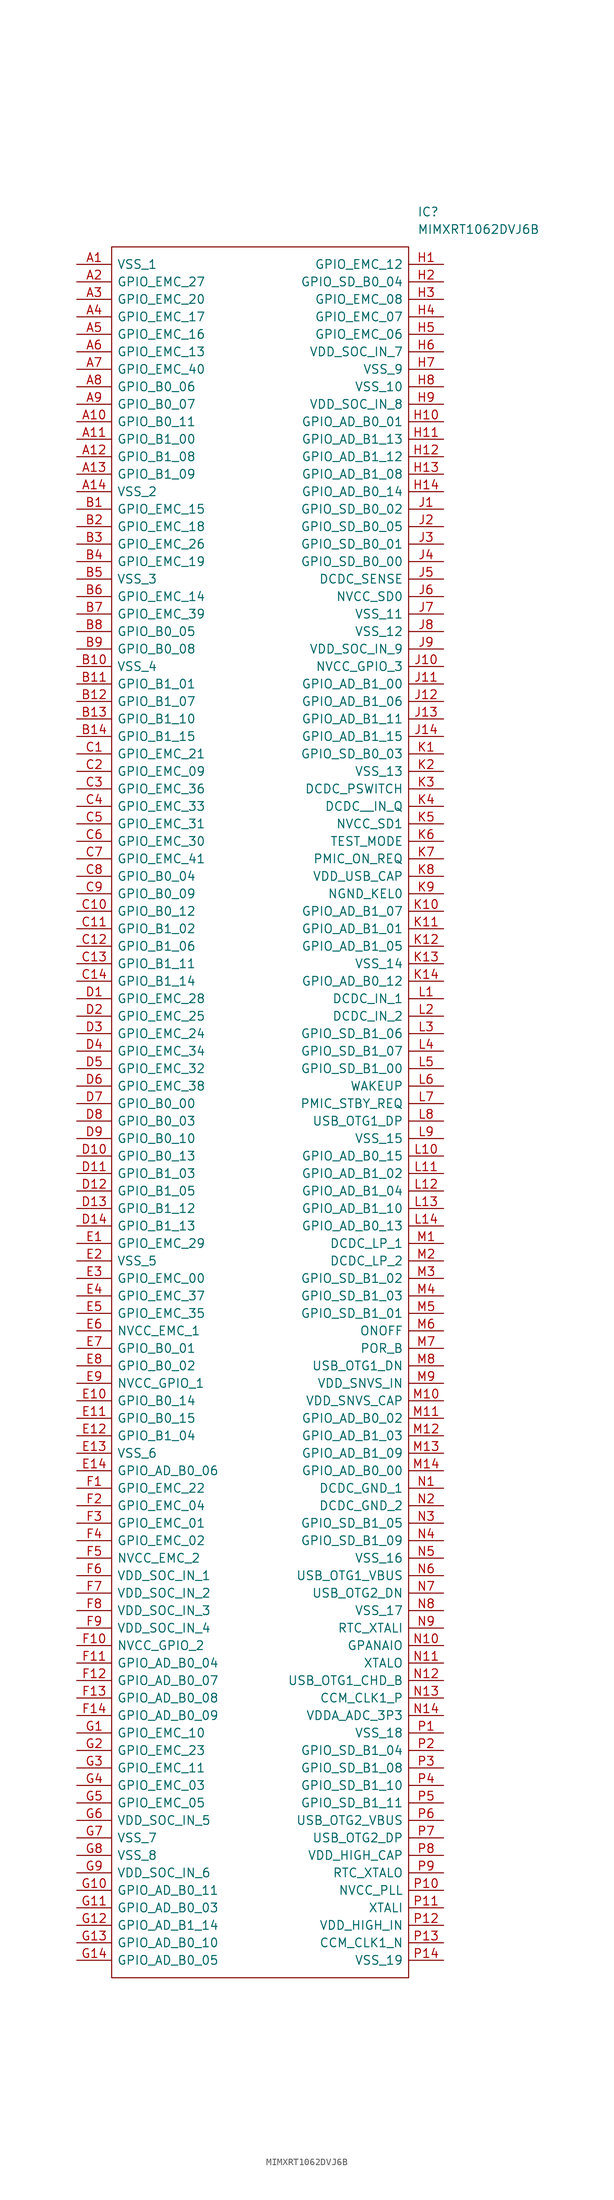
<source format=kicad_sym>
(kicad_symbol_lib
  (version 20220914)
  (generator kicad_symbol_editor)
  (symbol "MIMXRT1062DVJ6B"
    (pin_names
      (offset 0.762))
    (property "Reference" "IC"
      (at 49.53 7.62 0)
      (effects (font (size 1.27 1.27)) (justify left)))
    (property "Value" "MIMXRT1062DVJ6B"
      (at 49.53 5.08 0)
      (effects (font (size 1.27 1.27)) (justify left)))
    (symbol "MIMXRT1062DVJ6B_0_0"
      (pin passive line (at 0 0 0) (length 5.08) (name "VSS_1" (effects (font (size 1.27 1.27)))) (number "A1" (effects (font (size 1.27 1.27)))))
      (pin passive line (at 0 -22.86 0) (length 5.08) (name "GPIO_B0_11" (effects (font (size 1.27 1.27)))) (number "A10" (effects (font (size 1.27 1.27)))))
      (pin passive line (at 0 -25.4 0) (length 5.08) (name "GPIO_B1_00" (effects (font (size 1.27 1.27)))) (number "A11" (effects (font (size 1.27 1.27)))))
      (pin passive line (at 0 -27.94 0) (length 5.08) (name "GPIO_B1_08" (effects (font (size 1.27 1.27)))) (number "A12" (effects (font (size 1.27 1.27)))))
      (pin passive line (at 0 -30.48 0) (length 5.08) (name "GPIO_B1_09" (effects (font (size 1.27 1.27)))) (number "A13" (effects (font (size 1.27 1.27)))))
      (pin passive line (at 0 -33.02 0) (length 5.08) (name "VSS_2" (effects (font (size 1.27 1.27)))) (number "A14" (effects (font (size 1.27 1.27)))))
      (pin passive line (at 0 -2.54 0) (length 5.08) (name "GPIO_EMC_27" (effects (font (size 1.27 1.27)))) (number "A2" (effects (font (size 1.27 1.27)))))
      (pin passive line (at 0 -5.08 0) (length 5.08) (name "GPIO_EMC_20" (effects (font (size 1.27 1.27)))) (number "A3" (effects (font (size 1.27 1.27)))))
      (pin passive line (at 0 -7.62 0) (length 5.08) (name "GPIO_EMC_17" (effects (font (size 1.27 1.27)))) (number "A4" (effects (font (size 1.27 1.27)))))
      (pin passive line (at 0 -10.16 0) (length 5.08) (name "GPIO_EMC_16" (effects (font (size 1.27 1.27)))) (number "A5" (effects (font (size 1.27 1.27)))))
      (pin passive line (at 0 -12.7 0) (length 5.08) (name "GPIO_EMC_13" (effects (font (size 1.27 1.27)))) (number "A6" (effects (font (size 1.27 1.27)))))
      (pin passive line (at 0 -15.24 0) (length 5.08) (name "GPIO_EMC_40" (effects (font (size 1.27 1.27)))) (number "A7" (effects (font (size 1.27 1.27)))))
      (pin passive line (at 0 -17.78 0) (length 5.08) (name "GPIO_B0_06" (effects (font (size 1.27 1.27)))) (number "A8" (effects (font (size 1.27 1.27)))))
      (pin passive line (at 0 -20.32 0) (length 5.08) (name "GPIO_B0_07" (effects (font (size 1.27 1.27)))) (number "A9" (effects (font (size 1.27 1.27)))))
      (pin passive line (at 0 -35.56 0) (length 5.08) (name "GPIO_EMC_15" (effects (font (size 1.27 1.27)))) (number "B1" (effects (font (size 1.27 1.27)))))
      (pin passive line (at 0 -58.42 0) (length 5.08) (name "VSS_4" (effects (font (size 1.27 1.27)))) (number "B10" (effects (font (size 1.27 1.27)))))
      (pin passive line (at 0 -60.96 0) (length 5.08) (name "GPIO_B1_01" (effects (font (size 1.27 1.27)))) (number "B11" (effects (font (size 1.27 1.27)))))
      (pin passive line (at 0 -63.5 0) (length 5.08) (name "GPIO_B1_07" (effects (font (size 1.27 1.27)))) (number "B12" (effects (font (size 1.27 1.27)))))
      (pin passive line (at 0 -66.04 0) (length 5.08) (name "GPIO_B1_10" (effects (font (size 1.27 1.27)))) (number "B13" (effects (font (size 1.27 1.27)))))
      (pin passive line (at 0 -68.58 0) (length 5.08) (name "GPIO_B1_15" (effects (font (size 1.27 1.27)))) (number "B14" (effects (font (size 1.27 1.27)))))
      (pin passive line (at 0 -38.1 0) (length 5.08) (name "GPIO_EMC_18" (effects (font (size 1.27 1.27)))) (number "B2" (effects (font (size 1.27 1.27)))))
      (pin passive line (at 0 -40.64 0) (length 5.08) (name "GPIO_EMC_26" (effects (font (size 1.27 1.27)))) (number "B3" (effects (font (size 1.27 1.27)))))
      (pin passive line (at 0 -43.18 0) (length 5.08) (name "GPIO_EMC_19" (effects (font (size 1.27 1.27)))) (number "B4" (effects (font (size 1.27 1.27)))))
      (pin passive line (at 0 -45.72 0) (length 5.08) (name "VSS_3" (effects (font (size 1.27 1.27)))) (number "B5" (effects (font (size 1.27 1.27)))))
      (pin passive line (at 0 -48.26 0) (length 5.08) (name "GPIO_EMC_14" (effects (font (size 1.27 1.27)))) (number "B6" (effects (font (size 1.27 1.27)))))
      (pin passive line (at 0 -50.8 0) (length 5.08) (name "GPIO_EMC_39" (effects (font (size 1.27 1.27)))) (number "B7" (effects (font (size 1.27 1.27)))))
      (pin passive line (at 0 -53.34 0) (length 5.08) (name "GPIO_B0_05" (effects (font (size 1.27 1.27)))) (number "B8" (effects (font (size 1.27 1.27)))))
      (pin passive line (at 0 -55.88 0) (length 5.08) (name "GPIO_B0_08" (effects (font (size 1.27 1.27)))) (number "B9" (effects (font (size 1.27 1.27)))))
      (pin passive line (at 0 -71.12 0) (length 5.08) (name "GPIO_EMC_21" (effects (font (size 1.27 1.27)))) (number "C1" (effects (font (size 1.27 1.27)))))
      (pin passive line (at 0 -93.98 0) (length 5.08) (name "GPIO_B0_12" (effects (font (size 1.27 1.27)))) (number "C10" (effects (font (size 1.27 1.27)))))
      (pin passive line (at 0 -96.52 0) (length 5.08) (name "GPIO_B1_02" (effects (font (size 1.27 1.27)))) (number "C11" (effects (font (size 1.27 1.27)))))
      (pin passive line (at 0 -99.06 0) (length 5.08) (name "GPIO_B1_06" (effects (font (size 1.27 1.27)))) (number "C12" (effects (font (size 1.27 1.27)))))
      (pin passive line (at 0 -101.6 0) (length 5.08) (name "GPIO_B1_11" (effects (font (size 1.27 1.27)))) (number "C13" (effects (font (size 1.27 1.27)))))
      (pin passive line (at 0 -104.14 0) (length 5.08) (name "GPIO_B1_14" (effects (font (size 1.27 1.27)))) (number "C14" (effects (font (size 1.27 1.27)))))
      (pin passive line (at 0 -73.66 0) (length 5.08) (name "GPIO_EMC_09" (effects (font (size 1.27 1.27)))) (number "C2" (effects (font (size 1.27 1.27)))))
      (pin passive line (at 0 -76.2 0) (length 5.08) (name "GPIO_EMC_36" (effects (font (size 1.27 1.27)))) (number "C3" (effects (font (size 1.27 1.27)))))
      (pin passive line (at 0 -78.74 0) (length 5.08) (name "GPIO_EMC_33" (effects (font (size 1.27 1.27)))) (number "C4" (effects (font (size 1.27 1.27)))))
      (pin passive line (at 0 -81.28 0) (length 5.08) (name "GPIO_EMC_31" (effects (font (size 1.27 1.27)))) (number "C5" (effects (font (size 1.27 1.27)))))
      (pin passive line (at 0 -83.82 0) (length 5.08) (name "GPIO_EMC_30" (effects (font (size 1.27 1.27)))) (number "C6" (effects (font (size 1.27 1.27)))))
      (pin passive line (at 0 -86.36 0) (length 5.08) (name "GPIO_EMC_41" (effects (font (size 1.27 1.27)))) (number "C7" (effects (font (size 1.27 1.27)))))
      (pin passive line (at 0 -88.9 0) (length 5.08) (name "GPIO_B0_04" (effects (font (size 1.27 1.27)))) (number "C8" (effects (font (size 1.27 1.27)))))
      (pin passive line (at 0 -91.44 0) (length 5.08) (name "GPIO_B0_09" (effects (font (size 1.27 1.27)))) (number "C9" (effects (font (size 1.27 1.27)))))
      (pin passive line (at 0 -106.68 0) (length 5.08) (name "GPIO_EMC_28" (effects (font (size 1.27 1.27)))) (number "D1" (effects (font (size 1.27 1.27)))))
      (pin passive line (at 0 -129.54 0) (length 5.08) (name "GPIO_B0_13" (effects (font (size 1.27 1.27)))) (number "D10" (effects (font (size 1.27 1.27)))))
      (pin passive line (at 0 -132.08 0) (length 5.08) (name "GPIO_B1_03" (effects (font (size 1.27 1.27)))) (number "D11" (effects (font (size 1.27 1.27)))))
      (pin passive line (at 0 -134.62 0) (length 5.08) (name "GPIO_B1_05" (effects (font (size 1.27 1.27)))) (number "D12" (effects (font (size 1.27 1.27)))))
      (pin passive line (at 0 -137.16 0) (length 5.08) (name "GPIO_B1_12" (effects (font (size 1.27 1.27)))) (number "D13" (effects (font (size 1.27 1.27)))))
      (pin passive line (at 0 -139.7 0) (length 5.08) (name "GPIO_B1_13" (effects (font (size 1.27 1.27)))) (number "D14" (effects (font (size 1.27 1.27)))))
      (pin passive line (at 0 -109.22 0) (length 5.08) (name "GPIO_EMC_25" (effects (font (size 1.27 1.27)))) (number "D2" (effects (font (size 1.27 1.27)))))
      (pin passive line (at 0 -111.76 0) (length 5.08) (name "GPIO_EMC_24" (effects (font (size 1.27 1.27)))) (number "D3" (effects (font (size 1.27 1.27)))))
      (pin passive line (at 0 -114.3 0) (length 5.08) (name "GPIO_EMC_34" (effects (font (size 1.27 1.27)))) (number "D4" (effects (font (size 1.27 1.27)))))
      (pin passive line (at 0 -116.84 0) (length 5.08) (name "GPIO_EMC_32" (effects (font (size 1.27 1.27)))) (number "D5" (effects (font (size 1.27 1.27)))))
      (pin passive line (at 0 -119.38 0) (length 5.08) (name "GPIO_EMC_38" (effects (font (size 1.27 1.27)))) (number "D6" (effects (font (size 1.27 1.27)))))
      (pin passive line (at 0 -121.92 0) (length 5.08) (name "GPIO_B0_00" (effects (font (size 1.27 1.27)))) (number "D7" (effects (font (size 1.27 1.27)))))
      (pin passive line (at 0 -124.46 0) (length 5.08) (name "GPIO_B0_03" (effects (font (size 1.27 1.27)))) (number "D8" (effects (font (size 1.27 1.27)))))
      (pin passive line (at 0 -127 0) (length 5.08) (name "GPIO_B0_10" (effects (font (size 1.27 1.27)))) (number "D9" (effects (font (size 1.27 1.27)))))
      (pin passive line (at 0 -142.24 0) (length 5.08) (name "GPIO_EMC_29" (effects (font (size 1.27 1.27)))) (number "E1" (effects (font (size 1.27 1.27)))))
      (pin passive line (at 0 -165.1 0) (length 5.08) (name "GPIO_B0_14" (effects (font (size 1.27 1.27)))) (number "E10" (effects (font (size 1.27 1.27)))))
      (pin passive line (at 0 -167.64 0) (length 5.08) (name "GPIO_B0_15" (effects (font (size 1.27 1.27)))) (number "E11" (effects (font (size 1.27 1.27)))))
      (pin passive line (at 0 -170.18 0) (length 5.08) (name "GPIO_B1_04" (effects (font (size 1.27 1.27)))) (number "E12" (effects (font (size 1.27 1.27)))))
      (pin passive line (at 0 -172.72 0) (length 5.08) (name "VSS_6" (effects (font (size 1.27 1.27)))) (number "E13" (effects (font (size 1.27 1.27)))))
      (pin passive line (at 0 -175.26 0) (length 5.08) (name "GPIO_AD_B0_06" (effects (font (size 1.27 1.27)))) (number "E14" (effects (font (size 1.27 1.27)))))
      (pin passive line (at 0 -144.78 0) (length 5.08) (name "VSS_5" (effects (font (size 1.27 1.27)))) (number "E2" (effects (font (size 1.27 1.27)))))
      (pin passive line (at 0 -147.32 0) (length 5.08) (name "GPIO_EMC_00" (effects (font (size 1.27 1.27)))) (number "E3" (effects (font (size 1.27 1.27)))))
      (pin passive line (at 0 -149.86 0) (length 5.08) (name "GPIO_EMC_37" (effects (font (size 1.27 1.27)))) (number "E4" (effects (font (size 1.27 1.27)))))
      (pin passive line (at 0 -152.4 0) (length 5.08) (name "GPIO_EMC_35" (effects (font (size 1.27 1.27)))) (number "E5" (effects (font (size 1.27 1.27)))))
      (pin passive line (at 0 -154.94 0) (length 5.08) (name "NVCC_EMC_1" (effects (font (size 1.27 1.27)))) (number "E6" (effects (font (size 1.27 1.27)))))
      (pin passive line (at 0 -157.48 0) (length 5.08) (name "GPIO_B0_01" (effects (font (size 1.27 1.27)))) (number "E7" (effects (font (size 1.27 1.27)))))
      (pin passive line (at 0 -160.02 0) (length 5.08) (name "GPIO_B0_02" (effects (font (size 1.27 1.27)))) (number "E8" (effects (font (size 1.27 1.27)))))
      (pin passive line (at 0 -162.56 0) (length 5.08) (name "NVCC_GPIO_1" (effects (font (size 1.27 1.27)))) (number "E9" (effects (font (size 1.27 1.27)))))
      (pin passive line (at 0 -177.8 0) (length 5.08) (name "GPIO_EMC_22" (effects (font (size 1.27 1.27)))) (number "F1" (effects (font (size 1.27 1.27)))))
      (pin passive line (at 0 -200.66 0) (length 5.08) (name "NVCC_GPIO_2" (effects (font (size 1.27 1.27)))) (number "F10" (effects (font (size 1.27 1.27)))))
      (pin passive line (at 0 -203.2 0) (length 5.08) (name "GPIO_AD_B0_04" (effects (font (size 1.27 1.27)))) (number "F11" (effects (font (size 1.27 1.27)))))
      (pin passive line (at 0 -205.74 0) (length 5.08) (name "GPIO_AD_B0_07" (effects (font (size 1.27 1.27)))) (number "F12" (effects (font (size 1.27 1.27)))))
      (pin passive line (at 0 -208.28 0) (length 5.08) (name "GPIO_AD_B0_08" (effects (font (size 1.27 1.27)))) (number "F13" (effects (font (size 1.27 1.27)))))
      (pin passive line (at 0 -210.82 0) (length 5.08) (name "GPIO_AD_B0_09" (effects (font (size 1.27 1.27)))) (number "F14" (effects (font (size 1.27 1.27)))))
      (pin passive line (at 0 -180.34 0) (length 5.08) (name "GPIO_EMC_04" (effects (font (size 1.27 1.27)))) (number "F2" (effects (font (size 1.27 1.27)))))
      (pin passive line (at 0 -182.88 0) (length 5.08) (name "GPIO_EMC_01" (effects (font (size 1.27 1.27)))) (number "F3" (effects (font (size 1.27 1.27)))))
      (pin passive line (at 0 -185.42 0) (length 5.08) (name "GPIO_EMC_02" (effects (font (size 1.27 1.27)))) (number "F4" (effects (font (size 1.27 1.27)))))
      (pin passive line (at 0 -187.96 0) (length 5.08) (name "NVCC_EMC_2" (effects (font (size 1.27 1.27)))) (number "F5" (effects (font (size 1.27 1.27)))))
      (pin passive line (at 0 -190.5 0) (length 5.08) (name "VDD_SOC_IN_1" (effects (font (size 1.27 1.27)))) (number "F6" (effects (font (size 1.27 1.27)))))
      (pin passive line (at 0 -193.04 0) (length 5.08) (name "VDD_SOC_IN_2" (effects (font (size 1.27 1.27)))) (number "F7" (effects (font (size 1.27 1.27)))))
      (pin passive line (at 0 -195.58 0) (length 5.08) (name "VDD_SOC_IN_3" (effects (font (size 1.27 1.27)))) (number "F8" (effects (font (size 1.27 1.27)))))
      (pin passive line (at 0 -198.12 0) (length 5.08) (name "VDD_SOC_IN_4" (effects (font (size 1.27 1.27)))) (number "F9" (effects (font (size 1.27 1.27)))))
      (pin passive line (at 0 -213.36 0) (length 5.08) (name "GPIO_EMC_10" (effects (font (size 1.27 1.27)))) (number "G1" (effects (font (size 1.27 1.27)))))
      (pin passive line (at 0 -236.22 0) (length 5.08) (name "GPIO_AD_B0_11" (effects (font (size 1.27 1.27)))) (number "G10" (effects (font (size 1.27 1.27)))))
      (pin passive line (at 0 -238.76 0) (length 5.08) (name "GPIO_AD_B0_03" (effects (font (size 1.27 1.27)))) (number "G11" (effects (font (size 1.27 1.27)))))
      (pin passive line (at 0 -241.3 0) (length 5.08) (name "GPIO_AD_B1_14" (effects (font (size 1.27 1.27)))) (number "G12" (effects (font (size 1.27 1.27)))))
      (pin passive line (at 0 -243.84 0) (length 5.08) (name "GPIO_AD_B0_10" (effects (font (size 1.27 1.27)))) (number "G13" (effects (font (size 1.27 1.27)))))
      (pin passive line (at 0 -246.38 0) (length 5.08) (name "GPIO_AD_B0_05" (effects (font (size 1.27 1.27)))) (number "G14" (effects (font (size 1.27 1.27)))))
      (pin passive line (at 0 -215.9 0) (length 5.08) (name "GPIO_EMC_23" (effects (font (size 1.27 1.27)))) (number "G2" (effects (font (size 1.27 1.27)))))
      (pin passive line (at 0 -218.44 0) (length 5.08) (name "GPIO_EMC_11" (effects (font (size 1.27 1.27)))) (number "G3" (effects (font (size 1.27 1.27)))))
      (pin passive line (at 0 -220.98 0) (length 5.08) (name "GPIO_EMC_03" (effects (font (size 1.27 1.27)))) (number "G4" (effects (font (size 1.27 1.27)))))
      (pin passive line (at 0 -223.52 0) (length 5.08) (name "GPIO_EMC_05" (effects (font (size 1.27 1.27)))) (number "G5" (effects (font (size 1.27 1.27)))))
      (pin passive line (at 0 -226.06 0) (length 5.08) (name "VDD_SOC_IN_5" (effects (font (size 1.27 1.27)))) (number "G6" (effects (font (size 1.27 1.27)))))
      (pin passive line (at 0 -228.6 0) (length 5.08) (name "VSS_7" (effects (font (size 1.27 1.27)))) (number "G7" (effects (font (size 1.27 1.27)))))
      (pin passive line (at 0 -231.14 0) (length 5.08) (name "VSS_8" (effects (font (size 1.27 1.27)))) (number "G8" (effects (font (size 1.27 1.27)))))
      (pin passive line (at 0 -233.68 0) (length 5.08) (name "VDD_SOC_IN_6" (effects (font (size 1.27 1.27)))) (number "G9" (effects (font (size 1.27 1.27)))))
      (pin passive line (at 53.34 0 180) (length 5.08) (name "GPIO_EMC_12" (effects (font (size 1.27 1.27)))) (number "H1" (effects (font (size 1.27 1.27)))))
      (pin passive line (at 53.34 -22.86 180) (length 5.08) (name "GPIO_AD_B0_01" (effects (font (size 1.27 1.27)))) (number "H10" (effects (font (size 1.27 1.27)))))
      (pin passive line (at 53.34 -25.4 180) (length 5.08) (name "GPIO_AD_B1_13" (effects (font (size 1.27 1.27)))) (number "H11" (effects (font (size 1.27 1.27)))))
      (pin passive line (at 53.34 -27.94 180) (length 5.08) (name "GPIO_AD_B1_12" (effects (font (size 1.27 1.27)))) (number "H12" (effects (font (size 1.27 1.27)))))
      (pin passive line (at 53.34 -30.48 180) (length 5.08) (name "GPIO_AD_B1_08" (effects (font (size 1.27 1.27)))) (number "H13" (effects (font (size 1.27 1.27)))))
      (pin passive line (at 53.34 -33.02 180) (length 5.08) (name "GPIO_AD_B0_14" (effects (font (size 1.27 1.27)))) (number "H14" (effects (font (size 1.27 1.27)))))
      (pin passive line (at 53.34 -2.54 180) (length 5.08) (name "GPIO_SD_B0_04" (effects (font (size 1.27 1.27)))) (number "H2" (effects (font (size 1.27 1.27)))))
      (pin passive line (at 53.34 -5.08 180) (length 5.08) (name "GPIO_EMC_08" (effects (font (size 1.27 1.27)))) (number "H3" (effects (font (size 1.27 1.27)))))
      (pin passive line (at 53.34 -7.62 180) (length 5.08) (name "GPIO_EMC_07" (effects (font (size 1.27 1.27)))) (number "H4" (effects (font (size 1.27 1.27)))))
      (pin passive line (at 53.34 -10.16 180) (length 5.08) (name "GPIO_EMC_06" (effects (font (size 1.27 1.27)))) (number "H5" (effects (font (size 1.27 1.27)))))
      (pin passive line (at 53.34 -12.7 180) (length 5.08) (name "VDD_SOC_IN_7" (effects (font (size 1.27 1.27)))) (number "H6" (effects (font (size 1.27 1.27)))))
      (pin passive line (at 53.34 -15.24 180) (length 5.08) (name "VSS_9" (effects (font (size 1.27 1.27)))) (number "H7" (effects (font (size 1.27 1.27)))))
      (pin passive line (at 53.34 -17.78 180) (length 5.08) (name "VSS_10" (effects (font (size 1.27 1.27)))) (number "H8" (effects (font (size 1.27 1.27)))))
      (pin passive line (at 53.34 -20.32 180) (length 5.08) (name "VDD_SOC_IN_8" (effects (font (size 1.27 1.27)))) (number "H9" (effects (font (size 1.27 1.27)))))
      (pin passive line (at 53.34 -35.56 180) (length 5.08) (name "GPIO_SD_B0_02" (effects (font (size 1.27 1.27)))) (number "J1" (effects (font (size 1.27 1.27)))))
      (pin passive line (at 53.34 -58.42 180) (length 5.08) (name "NVCC_GPIO_3" (effects (font (size 1.27 1.27)))) (number "J10" (effects (font (size 1.27 1.27)))))
      (pin passive line (at 53.34 -60.96 180) (length 5.08) (name "GPIO_AD_B1_00" (effects (font (size 1.27 1.27)))) (number "J11" (effects (font (size 1.27 1.27)))))
      (pin passive line (at 53.34 -63.5 180) (length 5.08) (name "GPIO_AD_B1_06" (effects (font (size 1.27 1.27)))) (number "J12" (effects (font (size 1.27 1.27)))))
      (pin passive line (at 53.34 -66.04 180) (length 5.08) (name "GPIO_AD_B1_11" (effects (font (size 1.27 1.27)))) (number "J13" (effects (font (size 1.27 1.27)))))
      (pin passive line (at 53.34 -68.58 180) (length 5.08) (name "GPIO_AD_B1_15" (effects (font (size 1.27 1.27)))) (number "J14" (effects (font (size 1.27 1.27)))))
      (pin passive line (at 53.34 -38.1 180) (length 5.08) (name "GPIO_SD_B0_05" (effects (font (size 1.27 1.27)))) (number "J2" (effects (font (size 1.27 1.27)))))
      (pin passive line (at 53.34 -40.64 180) (length 5.08) (name "GPIO_SD_B0_01" (effects (font (size 1.27 1.27)))) (number "J3" (effects (font (size 1.27 1.27)))))
      (pin passive line (at 53.34 -43.18 180) (length 5.08) (name "GPIO_SD_B0_00" (effects (font (size 1.27 1.27)))) (number "J4" (effects (font (size 1.27 1.27)))))
      (pin passive line (at 53.34 -45.72 180) (length 5.08) (name "DCDC_SENSE" (effects (font (size 1.27 1.27)))) (number "J5" (effects (font (size 1.27 1.27)))))
      (pin passive line (at 53.34 -48.26 180) (length 5.08) (name "NVCC_SD0" (effects (font (size 1.27 1.27)))) (number "J6" (effects (font (size 1.27 1.27)))))
      (pin passive line (at 53.34 -50.8 180) (length 5.08) (name "VSS_11" (effects (font (size 1.27 1.27)))) (number "J7" (effects (font (size 1.27 1.27)))))
      (pin passive line (at 53.34 -53.34 180) (length 5.08) (name "VSS_12" (effects (font (size 1.27 1.27)))) (number "J8" (effects (font (size 1.27 1.27)))))
      (pin passive line (at 53.34 -55.88 180) (length 5.08) (name "VDD_SOC_IN_9" (effects (font (size 1.27 1.27)))) (number "J9" (effects (font (size 1.27 1.27)))))
      (pin passive line (at 53.34 -71.12 180) (length 5.08) (name "GPIO_SD_B0_03" (effects (font (size 1.27 1.27)))) (number "K1" (effects (font (size 1.27 1.27)))))
      (pin passive line (at 53.34 -93.98 180) (length 5.08) (name "GPIO_AD_B1_07" (effects (font (size 1.27 1.27)))) (number "K10" (effects (font (size 1.27 1.27)))))
      (pin passive line (at 53.34 -96.52 180) (length 5.08) (name "GPIO_AD_B1_01" (effects (font (size 1.27 1.27)))) (number "K11" (effects (font (size 1.27 1.27)))))
      (pin passive line (at 53.34 -99.06 180) (length 5.08) (name "GPIO_AD_B1_05" (effects (font (size 1.27 1.27)))) (number "K12" (effects (font (size 1.27 1.27)))))
      (pin passive line (at 53.34 -101.6 180) (length 5.08) (name "VSS_14" (effects (font (size 1.27 1.27)))) (number "K13" (effects (font (size 1.27 1.27)))))
      (pin passive line (at 53.34 -104.14 180) (length 5.08) (name "GPIO_AD_B0_12" (effects (font (size 1.27 1.27)))) (number "K14" (effects (font (size 1.27 1.27)))))
      (pin passive line (at 53.34 -73.66 180) (length 5.08) (name "VSS_13" (effects (font (size 1.27 1.27)))) (number "K2" (effects (font (size 1.27 1.27)))))
      (pin passive line (at 53.34 -76.2 180) (length 5.08) (name "DCDC_PSWITCH" (effects (font (size 1.27 1.27)))) (number "K3" (effects (font (size 1.27 1.27)))))
      (pin passive line (at 53.34 -78.74 180) (length 5.08) (name "DCDC__IN_Q" (effects (font (size 1.27 1.27)))) (number "K4" (effects (font (size 1.27 1.27)))))
      (pin passive line (at 53.34 -81.28 180) (length 5.08) (name "NVCC_SD1" (effects (font (size 1.27 1.27)))) (number "K5" (effects (font (size 1.27 1.27)))))
      (pin passive line (at 53.34 -83.82 180) (length 5.08) (name "TEST_MODE" (effects (font (size 1.27 1.27)))) (number "K6" (effects (font (size 1.27 1.27)))))
      (pin passive line (at 53.34 -86.36 180) (length 5.08) (name "PMIC_ON_REQ" (effects (font (size 1.27 1.27)))) (number "K7" (effects (font (size 1.27 1.27)))))
      (pin passive line (at 53.34 -88.9 180) (length 5.08) (name "VDD_USB_CAP" (effects (font (size 1.27 1.27)))) (number "K8" (effects (font (size 1.27 1.27)))))
      (pin passive line (at 53.34 -91.44 180) (length 5.08) (name "NGND_KEL0" (effects (font (size 1.27 1.27)))) (number "K9" (effects (font (size 1.27 1.27)))))
      (pin passive line (at 53.34 -106.68 180) (length 5.08) (name "DCDC_IN_1" (effects (font (size 1.27 1.27)))) (number "L1" (effects (font (size 1.27 1.27)))))
      (pin passive line (at 53.34 -129.54 180) (length 5.08) (name "GPIO_AD_B0_15" (effects (font (size 1.27 1.27)))) (number "L10" (effects (font (size 1.27 1.27)))))
      (pin passive line (at 53.34 -132.08 180) (length 5.08) (name "GPIO_AD_B1_02" (effects (font (size 1.27 1.27)))) (number "L11" (effects (font (size 1.27 1.27)))))
      (pin passive line (at 53.34 -134.62 180) (length 5.08) (name "GPIO_AD_B1_04" (effects (font (size 1.27 1.27)))) (number "L12" (effects (font (size 1.27 1.27)))))
      (pin passive line (at 53.34 -137.16 180) (length 5.08) (name "GPIO_AD_B1_10" (effects (font (size 1.27 1.27)))) (number "L13" (effects (font (size 1.27 1.27)))))
      (pin passive line (at 53.34 -139.7 180) (length 5.08) (name "GPIO_AD_B0_13" (effects (font (size 1.27 1.27)))) (number "L14" (effects (font (size 1.27 1.27)))))
      (pin passive line (at 53.34 -109.22 180) (length 5.08) (name "DCDC_IN_2" (effects (font (size 1.27 1.27)))) (number "L2" (effects (font (size 1.27 1.27)))))
      (pin passive line (at 53.34 -111.76 180) (length 5.08) (name "GPIO_SD_B1_06" (effects (font (size 1.27 1.27)))) (number "L3" (effects (font (size 1.27 1.27)))))
      (pin passive line (at 53.34 -114.3 180) (length 5.08) (name "GPIO_SD_B1_07" (effects (font (size 1.27 1.27)))) (number "L4" (effects (font (size 1.27 1.27)))))
      (pin passive line (at 53.34 -116.84 180) (length 5.08) (name "GPIO_SD_B1_00" (effects (font (size 1.27 1.27)))) (number "L5" (effects (font (size 1.27 1.27)))))
      (pin passive line (at 53.34 -119.38 180) (length 5.08) (name "WAKEUP" (effects (font (size 1.27 1.27)))) (number "L6" (effects (font (size 1.27 1.27)))))
      (pin passive line (at 53.34 -121.92 180) (length 5.08) (name "PMIC_STBY_REQ" (effects (font (size 1.27 1.27)))) (number "L7" (effects (font (size 1.27 1.27)))))
      (pin passive line (at 53.34 -124.46 180) (length 5.08) (name "USB_OTG1_DP" (effects (font (size 1.27 1.27)))) (number "L8" (effects (font (size 1.27 1.27)))))
      (pin passive line (at 53.34 -127 180) (length 5.08) (name "VSS_15" (effects (font (size 1.27 1.27)))) (number "L9" (effects (font (size 1.27 1.27)))))
      (pin passive line (at 53.34 -142.24 180) (length 5.08) (name "DCDC_LP_1" (effects (font (size 1.27 1.27)))) (number "M1" (effects (font (size 1.27 1.27)))))
      (pin passive line (at 53.34 -165.1 180) (length 5.08) (name "VDD_SNVS_CAP" (effects (font (size 1.27 1.27)))) (number "M10" (effects (font (size 1.27 1.27)))))
      (pin passive line (at 53.34 -167.64 180) (length 5.08) (name "GPIO_AD_B0_02" (effects (font (size 1.27 1.27)))) (number "M11" (effects (font (size 1.27 1.27)))))
      (pin passive line (at 53.34 -170.18 180) (length 5.08) (name "GPIO_AD_B1_03" (effects (font (size 1.27 1.27)))) (number "M12" (effects (font (size 1.27 1.27)))))
      (pin passive line (at 53.34 -172.72 180) (length 5.08) (name "GPIO_AD_B1_09" (effects (font (size 1.27 1.27)))) (number "M13" (effects (font (size 1.27 1.27)))))
      (pin passive line (at 53.34 -175.26 180) (length 5.08) (name "GPIO_AD_B0_00" (effects (font (size 1.27 1.27)))) (number "M14" (effects (font (size 1.27 1.27)))))
      (pin passive line (at 53.34 -144.78 180) (length 5.08) (name "DCDC_LP_2" (effects (font (size 1.27 1.27)))) (number "M2" (effects (font (size 1.27 1.27)))))
      (pin passive line (at 53.34 -147.32 180) (length 5.08) (name "GPIO_SD_B1_02" (effects (font (size 1.27 1.27)))) (number "M3" (effects (font (size 1.27 1.27)))))
      (pin passive line (at 53.34 -149.86 180) (length 5.08) (name "GPIO_SD_B1_03" (effects (font (size 1.27 1.27)))) (number "M4" (effects (font (size 1.27 1.27)))))
      (pin passive line (at 53.34 -152.4 180) (length 5.08) (name "GPIO_SD_B1_01" (effects (font (size 1.27 1.27)))) (number "M5" (effects (font (size 1.27 1.27)))))
      (pin passive line (at 53.34 -154.94 180) (length 5.08) (name "ONOFF" (effects (font (size 1.27 1.27)))) (number "M6" (effects (font (size 1.27 1.27)))))
      (pin passive line (at 53.34 -157.48 180) (length 5.08) (name "POR_B" (effects (font (size 1.27 1.27)))) (number "M7" (effects (font (size 1.27 1.27)))))
      (pin passive line (at 53.34 -160.02 180) (length 5.08) (name "USB_OTG1_DN" (effects (font (size 1.27 1.27)))) (number "M8" (effects (font (size 1.27 1.27)))))
      (pin passive line (at 53.34 -162.56 180) (length 5.08) (name "VDD_SNVS_IN" (effects (font (size 1.27 1.27)))) (number "M9" (effects (font (size 1.27 1.27)))))
      (pin passive line (at 53.34 -177.8 180) (length 5.08) (name "DCDC_GND_1" (effects (font (size 1.27 1.27)))) (number "N1" (effects (font (size 1.27 1.27)))))
      (pin passive line (at 53.34 -200.66 180) (length 5.08) (name "GPANAIO" (effects (font (size 1.27 1.27)))) (number "N10" (effects (font (size 1.27 1.27)))))
      (pin passive line (at 53.34 -203.2 180) (length 5.08) (name "XTALO" (effects (font (size 1.27 1.27)))) (number "N11" (effects (font (size 1.27 1.27)))))
      (pin passive line (at 53.34 -205.74 180) (length 5.08) (name "USB_OTG1_CHD_B" (effects (font (size 1.27 1.27)))) (number "N12" (effects (font (size 1.27 1.27)))))
      (pin passive line (at 53.34 -208.28 180) (length 5.08) (name "CCM_CLK1_P" (effects (font (size 1.27 1.27)))) (number "N13" (effects (font (size 1.27 1.27)))))
      (pin passive line (at 53.34 -210.82 180) (length 5.08) (name "VDDA_ADC_3P3" (effects (font (size 1.27 1.27)))) (number "N14" (effects (font (size 1.27 1.27)))))
      (pin passive line (at 53.34 -180.34 180) (length 5.08) (name "DCDC_GND_2" (effects (font (size 1.27 1.27)))) (number "N2" (effects (font (size 1.27 1.27)))))
      (pin passive line (at 53.34 -182.88 180) (length 5.08) (name "GPIO_SD_B1_05" (effects (font (size 1.27 1.27)))) (number "N3" (effects (font (size 1.27 1.27)))))
      (pin passive line (at 53.34 -185.42 180) (length 5.08) (name "GPIO_SD_B1_09" (effects (font (size 1.27 1.27)))) (number "N4" (effects (font (size 1.27 1.27)))))
      (pin passive line (at 53.34 -187.96 180) (length 5.08) (name "VSS_16" (effects (font (size 1.27 1.27)))) (number "N5" (effects (font (size 1.27 1.27)))))
      (pin passive line (at 53.34 -190.5 180) (length 5.08) (name "USB_OTG1_VBUS" (effects (font (size 1.27 1.27)))) (number "N6" (effects (font (size 1.27 1.27)))))
      (pin passive line (at 53.34 -193.04 180) (length 5.08) (name "USB_OTG2_DN" (effects (font (size 1.27 1.27)))) (number "N7" (effects (font (size 1.27 1.27)))))
      (pin passive line (at 53.34 -195.58 180) (length 5.08) (name "VSS_17" (effects (font (size 1.27 1.27)))) (number "N8" (effects (font (size 1.27 1.27)))))
      (pin passive line (at 53.34 -198.12 180) (length 5.08) (name "RTC_XTALI" (effects (font (size 1.27 1.27)))) (number "N9" (effects (font (size 1.27 1.27)))))
      (pin passive line (at 53.34 -213.36 180) (length 5.08) (name "VSS_18" (effects (font (size 1.27 1.27)))) (number "P1" (effects (font (size 1.27 1.27)))))
      (pin passive line (at 53.34 -236.22 180) (length 5.08) (name "NVCC_PLL" (effects (font (size 1.27 1.27)))) (number "P10" (effects (font (size 1.27 1.27)))))
      (pin passive line (at 53.34 -238.76 180) (length 5.08) (name "XTALI" (effects (font (size 1.27 1.27)))) (number "P11" (effects (font (size 1.27 1.27)))))
      (pin passive line (at 53.34 -241.3 180) (length 5.08) (name "VDD_HIGH_IN" (effects (font (size 1.27 1.27)))) (number "P12" (effects (font (size 1.27 1.27)))))
      (pin passive line (at 53.34 -243.84 180) (length 5.08) (name "CCM_CLK1_N" (effects (font (size 1.27 1.27)))) (number "P13" (effects (font (size 1.27 1.27)))))
      (pin passive line (at 53.34 -246.38 180) (length 5.08) (name "VSS_19" (effects (font (size 1.27 1.27)))) (number "P14" (effects (font (size 1.27 1.27)))))
      (pin passive line (at 53.34 -215.9 180) (length 5.08) (name "GPIO_SD_B1_04" (effects (font (size 1.27 1.27)))) (number "P2" (effects (font (size 1.27 1.27)))))
      (pin passive line (at 53.34 -218.44 180) (length 5.08) (name "GPIO_SD_B1_08" (effects (font (size 1.27 1.27)))) (number "P3" (effects (font (size 1.27 1.27)))))
      (pin passive line (at 53.34 -220.98 180) (length 5.08) (name "GPIO_SD_B1_10" (effects (font (size 1.27 1.27)))) (number "P4" (effects (font (size 1.27 1.27)))))
      (pin passive line (at 53.34 -223.52 180) (length 5.08) (name "GPIO_SD_B1_11" (effects (font (size 1.27 1.27)))) (number "P5" (effects (font (size 1.27 1.27)))))
      (pin passive line (at 53.34 -226.06 180) (length 5.08) (name "USB_OTG2_VBUS" (effects (font (size 1.27 1.27)))) (number "P6" (effects (font (size 1.27 1.27)))))
      (pin passive line (at 53.34 -228.6 180) (length 5.08) (name "USB_OTG2_DP" (effects (font (size 1.27 1.27)))) (number "P7" (effects (font (size 1.27 1.27)))))
      (pin passive line (at 53.34 -231.14 180) (length 5.08) (name "VDD_HIGH_CAP" (effects (font (size 1.27 1.27)))) (number "P8" (effects (font (size 1.27 1.27)))))
      (pin passive line (at 53.34 -233.68 180) (length 5.08) (name "RTC_XTALO" (effects (font (size 1.27 1.27)))) (number "P9" (effects (font (size 1.27 1.27))))))
    (symbol "MIMXRT1062DVJ6B_0_1"
      (polyline (pts (xy 5.08 2.54) (xy 48.26 2.54) (xy 48.26 -248.92) (xy 5.08 -248.92) (xy 5.08 2.54)) (stroke (width 0.152) (type default)) (fill (type none))))))
</source>
